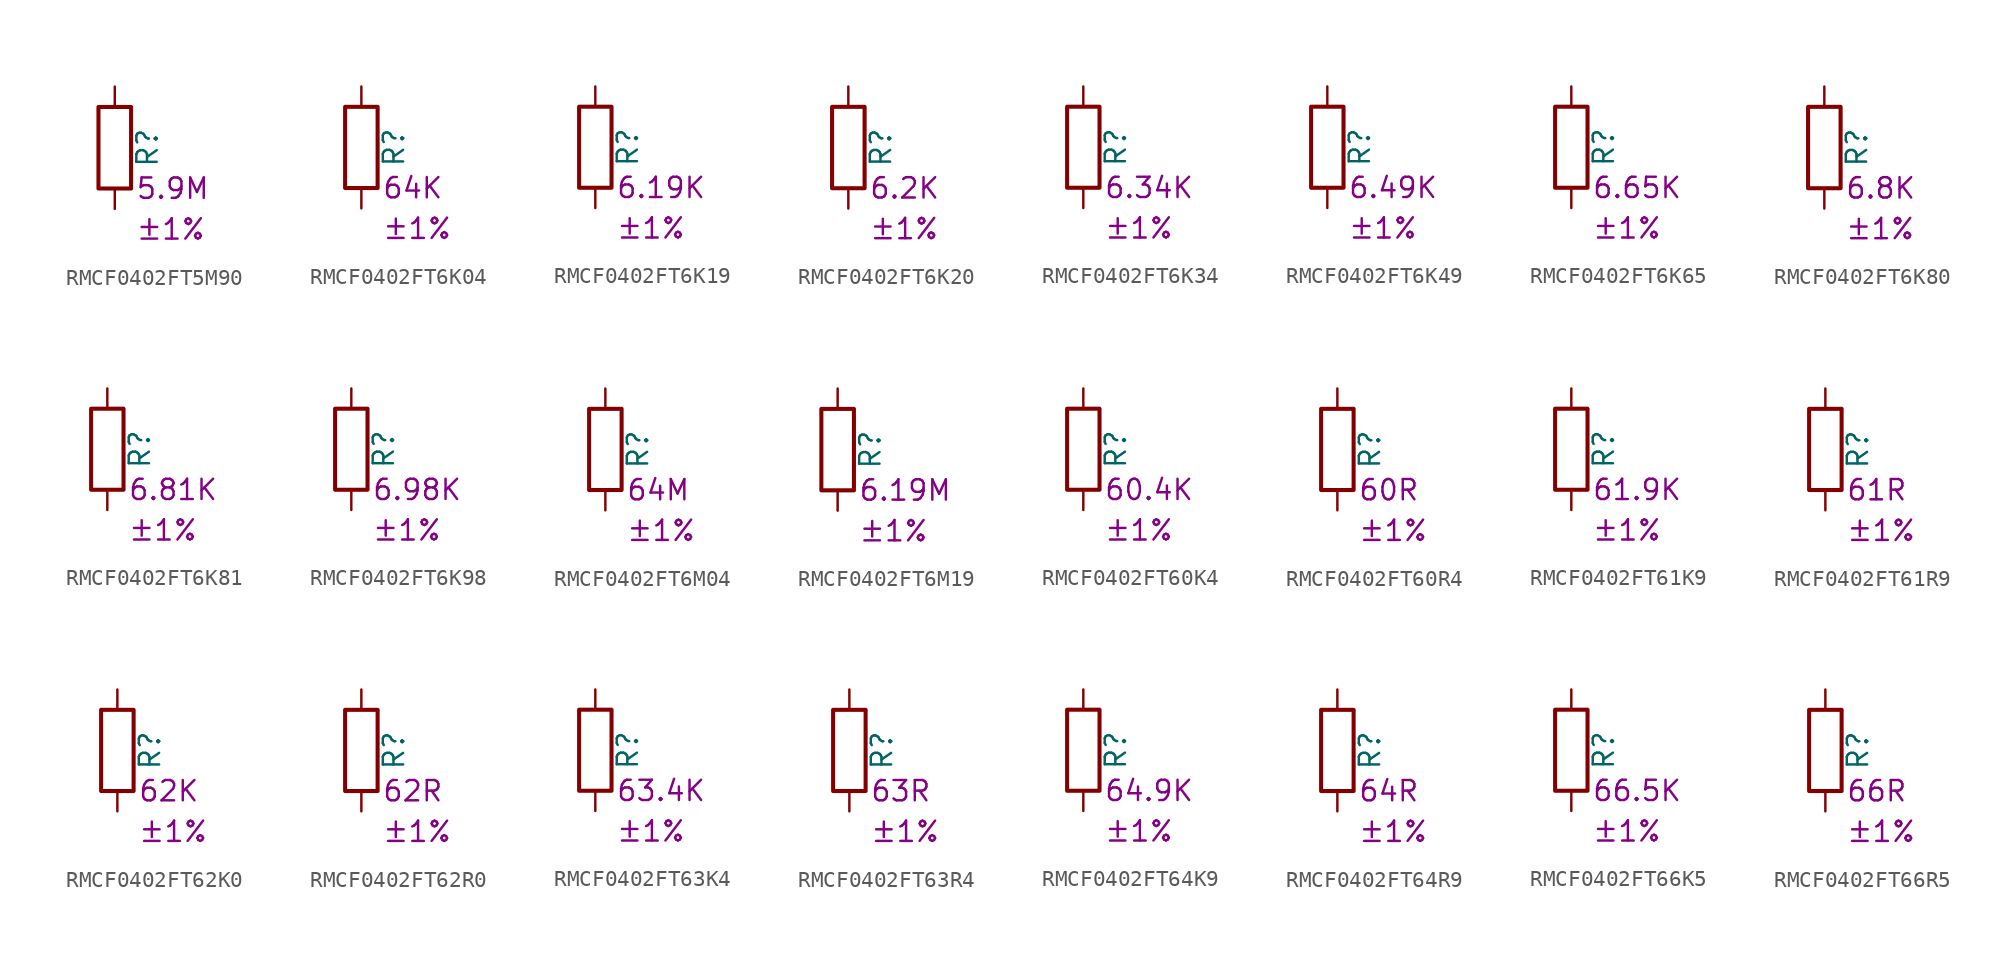
<source format=kicad_sym>
(kicad_symbol_lib
  (version 20220914)
  (generator kicad_symbol_editor)
  (symbol "RMCF0402FT5M90"
    (pin_numbers hide)
    (pin_names
      (offset 0))
    (property "Reference" "R"
      (at 2.032 0 90)
      (effects (font (size 1.27 1.27))))
    (property "Resistance" "5.9M"
      (at 1.27 -2.54 0)
      (effects (font (size 1.27 1.27)) (justify left)))
    (property "Tolerance" "±1%"
      (at 1.27 -5.08 0)
      (effects (font (size 1.27 1.27)) (justify left)))
    (symbol "RMCF0402FT5M90_0_1"
      (rectangle (start -1.016 -2.54) (end 1.016 2.54) (stroke (width 0.254) (type default)) (fill (type none))))
    (symbol "RMCF0402FT5M90_1_1"
      (pin passive line (at 0 3.81 270) (length 1.27) (name "~" (effects (font (size 1.27 1.27)))) (number "1" (effects (font (size 1.27 1.27)))))
      (pin passive line (at 0 -3.81 90) (length 1.27) (name "~" (effects (font (size 1.27 1.27)))) (number "2" (effects (font (size 1.27 1.27)))))))
  (symbol "RMCF0402FT6K04"
    (pin_numbers hide)
    (pin_names
      (offset 0))
    (property "Reference" "R"
      (at 2.032 0 90)
      (effects (font (size 1.27 1.27))))
    (property "Resistance" "64K"
      (at 1.27 -2.54 0)
      (effects (font (size 1.27 1.27)) (justify left)))
    (property "Tolerance" "±1%"
      (at 1.27 -5.08 0)
      (effects (font (size 1.27 1.27)) (justify left)))
    (symbol "RMCF0402FT6K04_0_1"
      (rectangle (start -1.016 -2.54) (end 1.016 2.54) (stroke (width 0.254) (type default)) (fill (type none))))
    (symbol "RMCF0402FT6K04_1_1"
      (pin passive line (at 0 3.81 270) (length 1.27) (name "~" (effects (font (size 1.27 1.27)))) (number "1" (effects (font (size 1.27 1.27)))))
      (pin passive line (at 0 -3.81 90) (length 1.27) (name "~" (effects (font (size 1.27 1.27)))) (number "2" (effects (font (size 1.27 1.27)))))))
  (symbol "RMCF0402FT6K19"
    (pin_numbers hide)
    (pin_names
      (offset 0))
    (property "Reference" "R"
      (at 2.032 0 90)
      (effects (font (size 1.27 1.27))))
    (property "Resistance" "6.19K"
      (at 1.27 -2.54 0)
      (effects (font (size 1.27 1.27)) (justify left)))
    (property "Tolerance" "±1%"
      (at 1.27 -5.08 0)
      (effects (font (size 1.27 1.27)) (justify left)))
    (symbol "RMCF0402FT6K19_0_1"
      (rectangle (start -1.016 -2.54) (end 1.016 2.54) (stroke (width 0.254) (type default)) (fill (type none))))
    (symbol "RMCF0402FT6K19_1_1"
      (pin passive line (at 0 3.81 270) (length 1.27) (name "~" (effects (font (size 1.27 1.27)))) (number "1" (effects (font (size 1.27 1.27)))))
      (pin passive line (at 0 -3.81 90) (length 1.27) (name "~" (effects (font (size 1.27 1.27)))) (number "2" (effects (font (size 1.27 1.27)))))))
  (symbol "RMCF0402FT6K20"
    (pin_numbers hide)
    (pin_names
      (offset 0))
    (property "Reference" "R"
      (at 2.032 0 90)
      (effects (font (size 1.27 1.27))))
    (property "Resistance" "6.2K"
      (at 1.27 -2.54 0)
      (effects (font (size 1.27 1.27)) (justify left)))
    (property "Tolerance" "±1%"
      (at 1.27 -5.08 0)
      (effects (font (size 1.27 1.27)) (justify left)))
    (symbol "RMCF0402FT6K20_0_1"
      (rectangle (start -1.016 -2.54) (end 1.016 2.54) (stroke (width 0.254) (type default)) (fill (type none))))
    (symbol "RMCF0402FT6K20_1_1"
      (pin passive line (at 0 3.81 270) (length 1.27) (name "~" (effects (font (size 1.27 1.27)))) (number "1" (effects (font (size 1.27 1.27)))))
      (pin passive line (at 0 -3.81 90) (length 1.27) (name "~" (effects (font (size 1.27 1.27)))) (number "2" (effects (font (size 1.27 1.27)))))))
  (symbol "RMCF0402FT6K34"
    (pin_numbers hide)
    (pin_names
      (offset 0))
    (property "Reference" "R"
      (at 2.032 0 90)
      (effects (font (size 1.27 1.27))))
    (property "Resistance" "6.34K"
      (at 1.27 -2.54 0)
      (effects (font (size 1.27 1.27)) (justify left)))
    (property "Tolerance" "±1%"
      (at 1.27 -5.08 0)
      (effects (font (size 1.27 1.27)) (justify left)))
    (symbol "RMCF0402FT6K34_0_1"
      (rectangle (start -1.016 -2.54) (end 1.016 2.54) (stroke (width 0.254) (type default)) (fill (type none))))
    (symbol "RMCF0402FT6K34_1_1"
      (pin passive line (at 0 3.81 270) (length 1.27) (name "~" (effects (font (size 1.27 1.27)))) (number "1" (effects (font (size 1.27 1.27)))))
      (pin passive line (at 0 -3.81 90) (length 1.27) (name "~" (effects (font (size 1.27 1.27)))) (number "2" (effects (font (size 1.27 1.27)))))))
  (symbol "RMCF0402FT6K49"
    (pin_numbers hide)
    (pin_names
      (offset 0))
    (property "Reference" "R"
      (at 2.032 0 90)
      (effects (font (size 1.27 1.27))))
    (property "Resistance" "6.49K"
      (at 1.27 -2.54 0)
      (effects (font (size 1.27 1.27)) (justify left)))
    (property "Tolerance" "±1%"
      (at 1.27 -5.08 0)
      (effects (font (size 1.27 1.27)) (justify left)))
    (symbol "RMCF0402FT6K49_0_1"
      (rectangle (start -1.016 -2.54) (end 1.016 2.54) (stroke (width 0.254) (type default)) (fill (type none))))
    (symbol "RMCF0402FT6K49_1_1"
      (pin passive line (at 0 3.81 270) (length 1.27) (name "~" (effects (font (size 1.27 1.27)))) (number "1" (effects (font (size 1.27 1.27)))))
      (pin passive line (at 0 -3.81 90) (length 1.27) (name "~" (effects (font (size 1.27 1.27)))) (number "2" (effects (font (size 1.27 1.27)))))))
  (symbol "RMCF0402FT6K65"
    (pin_numbers hide)
    (pin_names
      (offset 0))
    (property "Reference" "R"
      (at 2.032 0 90)
      (effects (font (size 1.27 1.27))))
    (property "Resistance" "6.65K"
      (at 1.27 -2.54 0)
      (effects (font (size 1.27 1.27)) (justify left)))
    (property "Tolerance" "±1%"
      (at 1.27 -5.08 0)
      (effects (font (size 1.27 1.27)) (justify left)))
    (symbol "RMCF0402FT6K65_0_1"
      (rectangle (start -1.016 -2.54) (end 1.016 2.54) (stroke (width 0.254) (type default)) (fill (type none))))
    (symbol "RMCF0402FT6K65_1_1"
      (pin passive line (at 0 3.81 270) (length 1.27) (name "~" (effects (font (size 1.27 1.27)))) (number "1" (effects (font (size 1.27 1.27)))))
      (pin passive line (at 0 -3.81 90) (length 1.27) (name "~" (effects (font (size 1.27 1.27)))) (number "2" (effects (font (size 1.27 1.27)))))))
  (symbol "RMCF0402FT6K80"
    (pin_numbers hide)
    (pin_names
      (offset 0))
    (property "Reference" "R"
      (at 2.032 0 90)
      (effects (font (size 1.27 1.27))))
    (property "Resistance" "6.8K"
      (at 1.27 -2.54 0)
      (effects (font (size 1.27 1.27)) (justify left)))
    (property "Tolerance" "±1%"
      (at 1.27 -5.08 0)
      (effects (font (size 1.27 1.27)) (justify left)))
    (symbol "RMCF0402FT6K80_0_1"
      (rectangle (start -1.016 -2.54) (end 1.016 2.54) (stroke (width 0.254) (type default)) (fill (type none))))
    (symbol "RMCF0402FT6K80_1_1"
      (pin passive line (at 0 3.81 270) (length 1.27) (name "~" (effects (font (size 1.27 1.27)))) (number "1" (effects (font (size 1.27 1.27)))))
      (pin passive line (at 0 -3.81 90) (length 1.27) (name "~" (effects (font (size 1.27 1.27)))) (number "2" (effects (font (size 1.27 1.27)))))))
  (symbol "RMCF0402FT6K81"
    (pin_numbers hide)
    (pin_names
      (offset 0))
    (property "Reference" "R"
      (at 2.032 0 90)
      (effects (font (size 1.27 1.27))))
    (property "Resistance" "6.81K"
      (at 1.27 -2.54 0)
      (effects (font (size 1.27 1.27)) (justify left)))
    (property "Tolerance" "±1%"
      (at 1.27 -5.08 0)
      (effects (font (size 1.27 1.27)) (justify left)))
    (symbol "RMCF0402FT6K81_0_1"
      (rectangle (start -1.016 -2.54) (end 1.016 2.54) (stroke (width 0.254) (type default)) (fill (type none))))
    (symbol "RMCF0402FT6K81_1_1"
      (pin passive line (at 0 3.81 270) (length 1.27) (name "~" (effects (font (size 1.27 1.27)))) (number "1" (effects (font (size 1.27 1.27)))))
      (pin passive line (at 0 -3.81 90) (length 1.27) (name "~" (effects (font (size 1.27 1.27)))) (number "2" (effects (font (size 1.27 1.27)))))))
  (symbol "RMCF0402FT6K98"
    (pin_numbers hide)
    (pin_names
      (offset 0))
    (property "Reference" "R"
      (at 2.032 0 90)
      (effects (font (size 1.27 1.27))))
    (property "Resistance" "6.98K"
      (at 1.27 -2.54 0)
      (effects (font (size 1.27 1.27)) (justify left)))
    (property "Tolerance" "±1%"
      (at 1.27 -5.08 0)
      (effects (font (size 1.27 1.27)) (justify left)))
    (symbol "RMCF0402FT6K98_0_1"
      (rectangle (start -1.016 -2.54) (end 1.016 2.54) (stroke (width 0.254) (type default)) (fill (type none))))
    (symbol "RMCF0402FT6K98_1_1"
      (pin passive line (at 0 3.81 270) (length 1.27) (name "~" (effects (font (size 1.27 1.27)))) (number "1" (effects (font (size 1.27 1.27)))))
      (pin passive line (at 0 -3.81 90) (length 1.27) (name "~" (effects (font (size 1.27 1.27)))) (number "2" (effects (font (size 1.27 1.27)))))))
  (symbol "RMCF0402FT6M04"
    (pin_numbers hide)
    (pin_names
      (offset 0))
    (property "Reference" "R"
      (at 2.032 0 90)
      (effects (font (size 1.27 1.27))))
    (property "Resistance" "64M"
      (at 1.27 -2.54 0)
      (effects (font (size 1.27 1.27)) (justify left)))
    (property "Tolerance" "±1%"
      (at 1.27 -5.08 0)
      (effects (font (size 1.27 1.27)) (justify left)))
    (symbol "RMCF0402FT6M04_0_1"
      (rectangle (start -1.016 -2.54) (end 1.016 2.54) (stroke (width 0.254) (type default)) (fill (type none))))
    (symbol "RMCF0402FT6M04_1_1"
      (pin passive line (at 0 3.81 270) (length 1.27) (name "~" (effects (font (size 1.27 1.27)))) (number "1" (effects (font (size 1.27 1.27)))))
      (pin passive line (at 0 -3.81 90) (length 1.27) (name "~" (effects (font (size 1.27 1.27)))) (number "2" (effects (font (size 1.27 1.27)))))))
  (symbol "RMCF0402FT6M19"
    (pin_numbers hide)
    (pin_names
      (offset 0))
    (property "Reference" "R"
      (at 2.032 0 90)
      (effects (font (size 1.27 1.27))))
    (property "Resistance" "6.19M"
      (at 1.27 -2.54 0)
      (effects (font (size 1.27 1.27)) (justify left)))
    (property "Tolerance" "±1%"
      (at 1.27 -5.08 0)
      (effects (font (size 1.27 1.27)) (justify left)))
    (symbol "RMCF0402FT6M19_0_1"
      (rectangle (start -1.016 -2.54) (end 1.016 2.54) (stroke (width 0.254) (type default)) (fill (type none))))
    (symbol "RMCF0402FT6M19_1_1"
      (pin passive line (at 0 3.81 270) (length 1.27) (name "~" (effects (font (size 1.27 1.27)))) (number "1" (effects (font (size 1.27 1.27)))))
      (pin passive line (at 0 -3.81 90) (length 1.27) (name "~" (effects (font (size 1.27 1.27)))) (number "2" (effects (font (size 1.27 1.27)))))))
  (symbol "RMCF0402FT60K4"
    (pin_numbers hide)
    (pin_names
      (offset 0))
    (property "Reference" "R"
      (at 2.032 0 90)
      (effects (font (size 1.27 1.27))))
    (property "Resistance" "60.4K"
      (at 1.27 -2.54 0)
      (effects (font (size 1.27 1.27)) (justify left)))
    (property "Tolerance" "±1%"
      (at 1.27 -5.08 0)
      (effects (font (size 1.27 1.27)) (justify left)))
    (symbol "RMCF0402FT60K4_0_1"
      (rectangle (start -1.016 -2.54) (end 1.016 2.54) (stroke (width 0.254) (type default)) (fill (type none))))
    (symbol "RMCF0402FT60K4_1_1"
      (pin passive line (at 0 3.81 270) (length 1.27) (name "~" (effects (font (size 1.27 1.27)))) (number "1" (effects (font (size 1.27 1.27)))))
      (pin passive line (at 0 -3.81 90) (length 1.27) (name "~" (effects (font (size 1.27 1.27)))) (number "2" (effects (font (size 1.27 1.27)))))))
  (symbol "RMCF0402FT60R4"
    (pin_numbers hide)
    (pin_names
      (offset 0))
    (property "Reference" "R"
      (at 2.032 0 90)
      (effects (font (size 1.27 1.27))))
    (property "Resistance" "60R"
      (at 1.27 -2.54 0)
      (effects (font (size 1.27 1.27)) (justify left)))
    (property "Tolerance" "±1%"
      (at 1.27 -5.08 0)
      (effects (font (size 1.27 1.27)) (justify left)))
    (symbol "RMCF0402FT60R4_0_1"
      (rectangle (start -1.016 -2.54) (end 1.016 2.54) (stroke (width 0.254) (type default)) (fill (type none))))
    (symbol "RMCF0402FT60R4_1_1"
      (pin passive line (at 0 3.81 270) (length 1.27) (name "~" (effects (font (size 1.27 1.27)))) (number "1" (effects (font (size 1.27 1.27)))))
      (pin passive line (at 0 -3.81 90) (length 1.27) (name "~" (effects (font (size 1.27 1.27)))) (number "2" (effects (font (size 1.27 1.27)))))))
  (symbol "RMCF0402FT61K9"
    (pin_numbers hide)
    (pin_names
      (offset 0))
    (property "Reference" "R"
      (at 2.032 0 90)
      (effects (font (size 1.27 1.27))))
    (property "Resistance" "61.9K"
      (at 1.27 -2.54 0)
      (effects (font (size 1.27 1.27)) (justify left)))
    (property "Tolerance" "±1%"
      (at 1.27 -5.08 0)
      (effects (font (size 1.27 1.27)) (justify left)))
    (symbol "RMCF0402FT61K9_0_1"
      (rectangle (start -1.016 -2.54) (end 1.016 2.54) (stroke (width 0.254) (type default)) (fill (type none))))
    (symbol "RMCF0402FT61K9_1_1"
      (pin passive line (at 0 3.81 270) (length 1.27) (name "~" (effects (font (size 1.27 1.27)))) (number "1" (effects (font (size 1.27 1.27)))))
      (pin passive line (at 0 -3.81 90) (length 1.27) (name "~" (effects (font (size 1.27 1.27)))) (number "2" (effects (font (size 1.27 1.27)))))))
  (symbol "RMCF0402FT61R9"
    (pin_numbers hide)
    (pin_names
      (offset 0))
    (property "Reference" "R"
      (at 2.032 0 90)
      (effects (font (size 1.27 1.27))))
    (property "Resistance" "61R"
      (at 1.27 -2.54 0)
      (effects (font (size 1.27 1.27)) (justify left)))
    (property "Tolerance" "±1%"
      (at 1.27 -5.08 0)
      (effects (font (size 1.27 1.27)) (justify left)))
    (symbol "RMCF0402FT61R9_0_1"
      (rectangle (start -1.016 -2.54) (end 1.016 2.54) (stroke (width 0.254) (type default)) (fill (type none))))
    (symbol "RMCF0402FT61R9_1_1"
      (pin passive line (at 0 3.81 270) (length 1.27) (name "~" (effects (font (size 1.27 1.27)))) (number "1" (effects (font (size 1.27 1.27)))))
      (pin passive line (at 0 -3.81 90) (length 1.27) (name "~" (effects (font (size 1.27 1.27)))) (number "2" (effects (font (size 1.27 1.27)))))))
  (symbol "RMCF0402FT62K0"
    (pin_numbers hide)
    (pin_names
      (offset 0))
    (property "Reference" "R"
      (at 2.032 0 90)
      (effects (font (size 1.27 1.27))))
    (property "Resistance" "62K"
      (at 1.27 -2.54 0)
      (effects (font (size 1.27 1.27)) (justify left)))
    (property "Tolerance" "±1%"
      (at 1.27 -5.08 0)
      (effects (font (size 1.27 1.27)) (justify left)))
    (symbol "RMCF0402FT62K0_0_1"
      (rectangle (start -1.016 -2.54) (end 1.016 2.54) (stroke (width 0.254) (type default)) (fill (type none))))
    (symbol "RMCF0402FT62K0_1_1"
      (pin passive line (at 0 3.81 270) (length 1.27) (name "~" (effects (font (size 1.27 1.27)))) (number "1" (effects (font (size 1.27 1.27)))))
      (pin passive line (at 0 -3.81 90) (length 1.27) (name "~" (effects (font (size 1.27 1.27)))) (number "2" (effects (font (size 1.27 1.27)))))))
  (symbol "RMCF0402FT62R0"
    (pin_numbers hide)
    (pin_names
      (offset 0))
    (property "Reference" "R"
      (at 2.032 0 90)
      (effects (font (size 1.27 1.27))))
    (property "Resistance" "62R"
      (at 1.27 -2.54 0)
      (effects (font (size 1.27 1.27)) (justify left)))
    (property "Tolerance" "±1%"
      (at 1.27 -5.08 0)
      (effects (font (size 1.27 1.27)) (justify left)))
    (symbol "RMCF0402FT62R0_0_1"
      (rectangle (start -1.016 -2.54) (end 1.016 2.54) (stroke (width 0.254) (type default)) (fill (type none))))
    (symbol "RMCF0402FT62R0_1_1"
      (pin passive line (at 0 3.81 270) (length 1.27) (name "~" (effects (font (size 1.27 1.27)))) (number "1" (effects (font (size 1.27 1.27)))))
      (pin passive line (at 0 -3.81 90) (length 1.27) (name "~" (effects (font (size 1.27 1.27)))) (number "2" (effects (font (size 1.27 1.27)))))))
  (symbol "RMCF0402FT63K4"
    (pin_numbers hide)
    (pin_names
      (offset 0))
    (property "Reference" "R"
      (at 2.032 0 90)
      (effects (font (size 1.27 1.27))))
    (property "Resistance" "63.4K"
      (at 1.27 -2.54 0)
      (effects (font (size 1.27 1.27)) (justify left)))
    (property "Tolerance" "±1%"
      (at 1.27 -5.08 0)
      (effects (font (size 1.27 1.27)) (justify left)))
    (symbol "RMCF0402FT63K4_0_1"
      (rectangle (start -1.016 -2.54) (end 1.016 2.54) (stroke (width 0.254) (type default)) (fill (type none))))
    (symbol "RMCF0402FT63K4_1_1"
      (pin passive line (at 0 3.81 270) (length 1.27) (name "~" (effects (font (size 1.27 1.27)))) (number "1" (effects (font (size 1.27 1.27)))))
      (pin passive line (at 0 -3.81 90) (length 1.27) (name "~" (effects (font (size 1.27 1.27)))) (number "2" (effects (font (size 1.27 1.27)))))))
  (symbol "RMCF0402FT63R4"
    (pin_numbers hide)
    (pin_names
      (offset 0))
    (property "Reference" "R"
      (at 2.032 0 90)
      (effects (font (size 1.27 1.27))))
    (property "Resistance" "63R"
      (at 1.27 -2.54 0)
      (effects (font (size 1.27 1.27)) (justify left)))
    (property "Tolerance" "±1%"
      (at 1.27 -5.08 0)
      (effects (font (size 1.27 1.27)) (justify left)))
    (symbol "RMCF0402FT63R4_0_1"
      (rectangle (start -1.016 -2.54) (end 1.016 2.54) (stroke (width 0.254) (type default)) (fill (type none))))
    (symbol "RMCF0402FT63R4_1_1"
      (pin passive line (at 0 3.81 270) (length 1.27) (name "~" (effects (font (size 1.27 1.27)))) (number "1" (effects (font (size 1.27 1.27)))))
      (pin passive line (at 0 -3.81 90) (length 1.27) (name "~" (effects (font (size 1.27 1.27)))) (number "2" (effects (font (size 1.27 1.27)))))))
  (symbol "RMCF0402FT64K9"
    (pin_numbers hide)
    (pin_names
      (offset 0))
    (property "Reference" "R"
      (at 2.032 0 90)
      (effects (font (size 1.27 1.27))))
    (property "Resistance" "64.9K"
      (at 1.27 -2.54 0)
      (effects (font (size 1.27 1.27)) (justify left)))
    (property "Tolerance" "±1%"
      (at 1.27 -5.08 0)
      (effects (font (size 1.27 1.27)) (justify left)))
    (symbol "RMCF0402FT64K9_0_1"
      (rectangle (start -1.016 -2.54) (end 1.016 2.54) (stroke (width 0.254) (type default)) (fill (type none))))
    (symbol "RMCF0402FT64K9_1_1"
      (pin passive line (at 0 3.81 270) (length 1.27) (name "~" (effects (font (size 1.27 1.27)))) (number "1" (effects (font (size 1.27 1.27)))))
      (pin passive line (at 0 -3.81 90) (length 1.27) (name "~" (effects (font (size 1.27 1.27)))) (number "2" (effects (font (size 1.27 1.27)))))))
  (symbol "RMCF0402FT64R9"
    (pin_numbers hide)
    (pin_names
      (offset 0))
    (property "Reference" "R"
      (at 2.032 0 90)
      (effects (font (size 1.27 1.27))))
    (property "Resistance" "64R"
      (at 1.27 -2.54 0)
      (effects (font (size 1.27 1.27)) (justify left)))
    (property "Tolerance" "±1%"
      (at 1.27 -5.08 0)
      (effects (font (size 1.27 1.27)) (justify left)))
    (symbol "RMCF0402FT64R9_0_1"
      (rectangle (start -1.016 -2.54) (end 1.016 2.54) (stroke (width 0.254) (type default)) (fill (type none))))
    (symbol "RMCF0402FT64R9_1_1"
      (pin passive line (at 0 3.81 270) (length 1.27) (name "~" (effects (font (size 1.27 1.27)))) (number "1" (effects (font (size 1.27 1.27)))))
      (pin passive line (at 0 -3.81 90) (length 1.27) (name "~" (effects (font (size 1.27 1.27)))) (number "2" (effects (font (size 1.27 1.27)))))))
  (symbol "RMCF0402FT66K5"
    (pin_numbers hide)
    (pin_names
      (offset 0))
    (property "Reference" "R"
      (at 2.032 0 90)
      (effects (font (size 1.27 1.27))))
    (property "Resistance" "66.5K"
      (at 1.27 -2.54 0)
      (effects (font (size 1.27 1.27)) (justify left)))
    (property "Tolerance" "±1%"
      (at 1.27 -5.08 0)
      (effects (font (size 1.27 1.27)) (justify left)))
    (symbol "RMCF0402FT66K5_0_1"
      (rectangle (start -1.016 -2.54) (end 1.016 2.54) (stroke (width 0.254) (type default)) (fill (type none))))
    (symbol "RMCF0402FT66K5_1_1"
      (pin passive line (at 0 3.81 270) (length 1.27) (name "~" (effects (font (size 1.27 1.27)))) (number "1" (effects (font (size 1.27 1.27)))))
      (pin passive line (at 0 -3.81 90) (length 1.27) (name "~" (effects (font (size 1.27 1.27)))) (number "2" (effects (font (size 1.27 1.27)))))))
  (symbol "RMCF0402FT66R5"
    (pin_numbers hide)
    (pin_names
      (offset 0))
    (property "Reference" "R"
      (at 2.032 0 90)
      (effects (font (size 1.27 1.27))))
    (property "Resistance" "66R"
      (at 1.27 -2.54 0)
      (effects (font (size 1.27 1.27)) (justify left)))
    (property "Tolerance" "±1%"
      (at 1.27 -5.08 0)
      (effects (font (size 1.27 1.27)) (justify left)))
    (symbol "RMCF0402FT66R5_0_1"
      (rectangle (start -1.016 -2.54) (end 1.016 2.54) (stroke (width 0.254) (type default)) (fill (type none))))
    (symbol "RMCF0402FT66R5_1_1"
      (pin passive line (at 0 3.81 270) (length 1.27) (name "~" (effects (font (size 1.27 1.27)))) (number "1" (effects (font (size 1.27 1.27)))))
      (pin passive line (at 0 -3.81 90) (length 1.27) (name "~" (effects (font (size 1.27 1.27)))) (number "2" (effects (font (size 1.27 1.27))))))))
</source>
